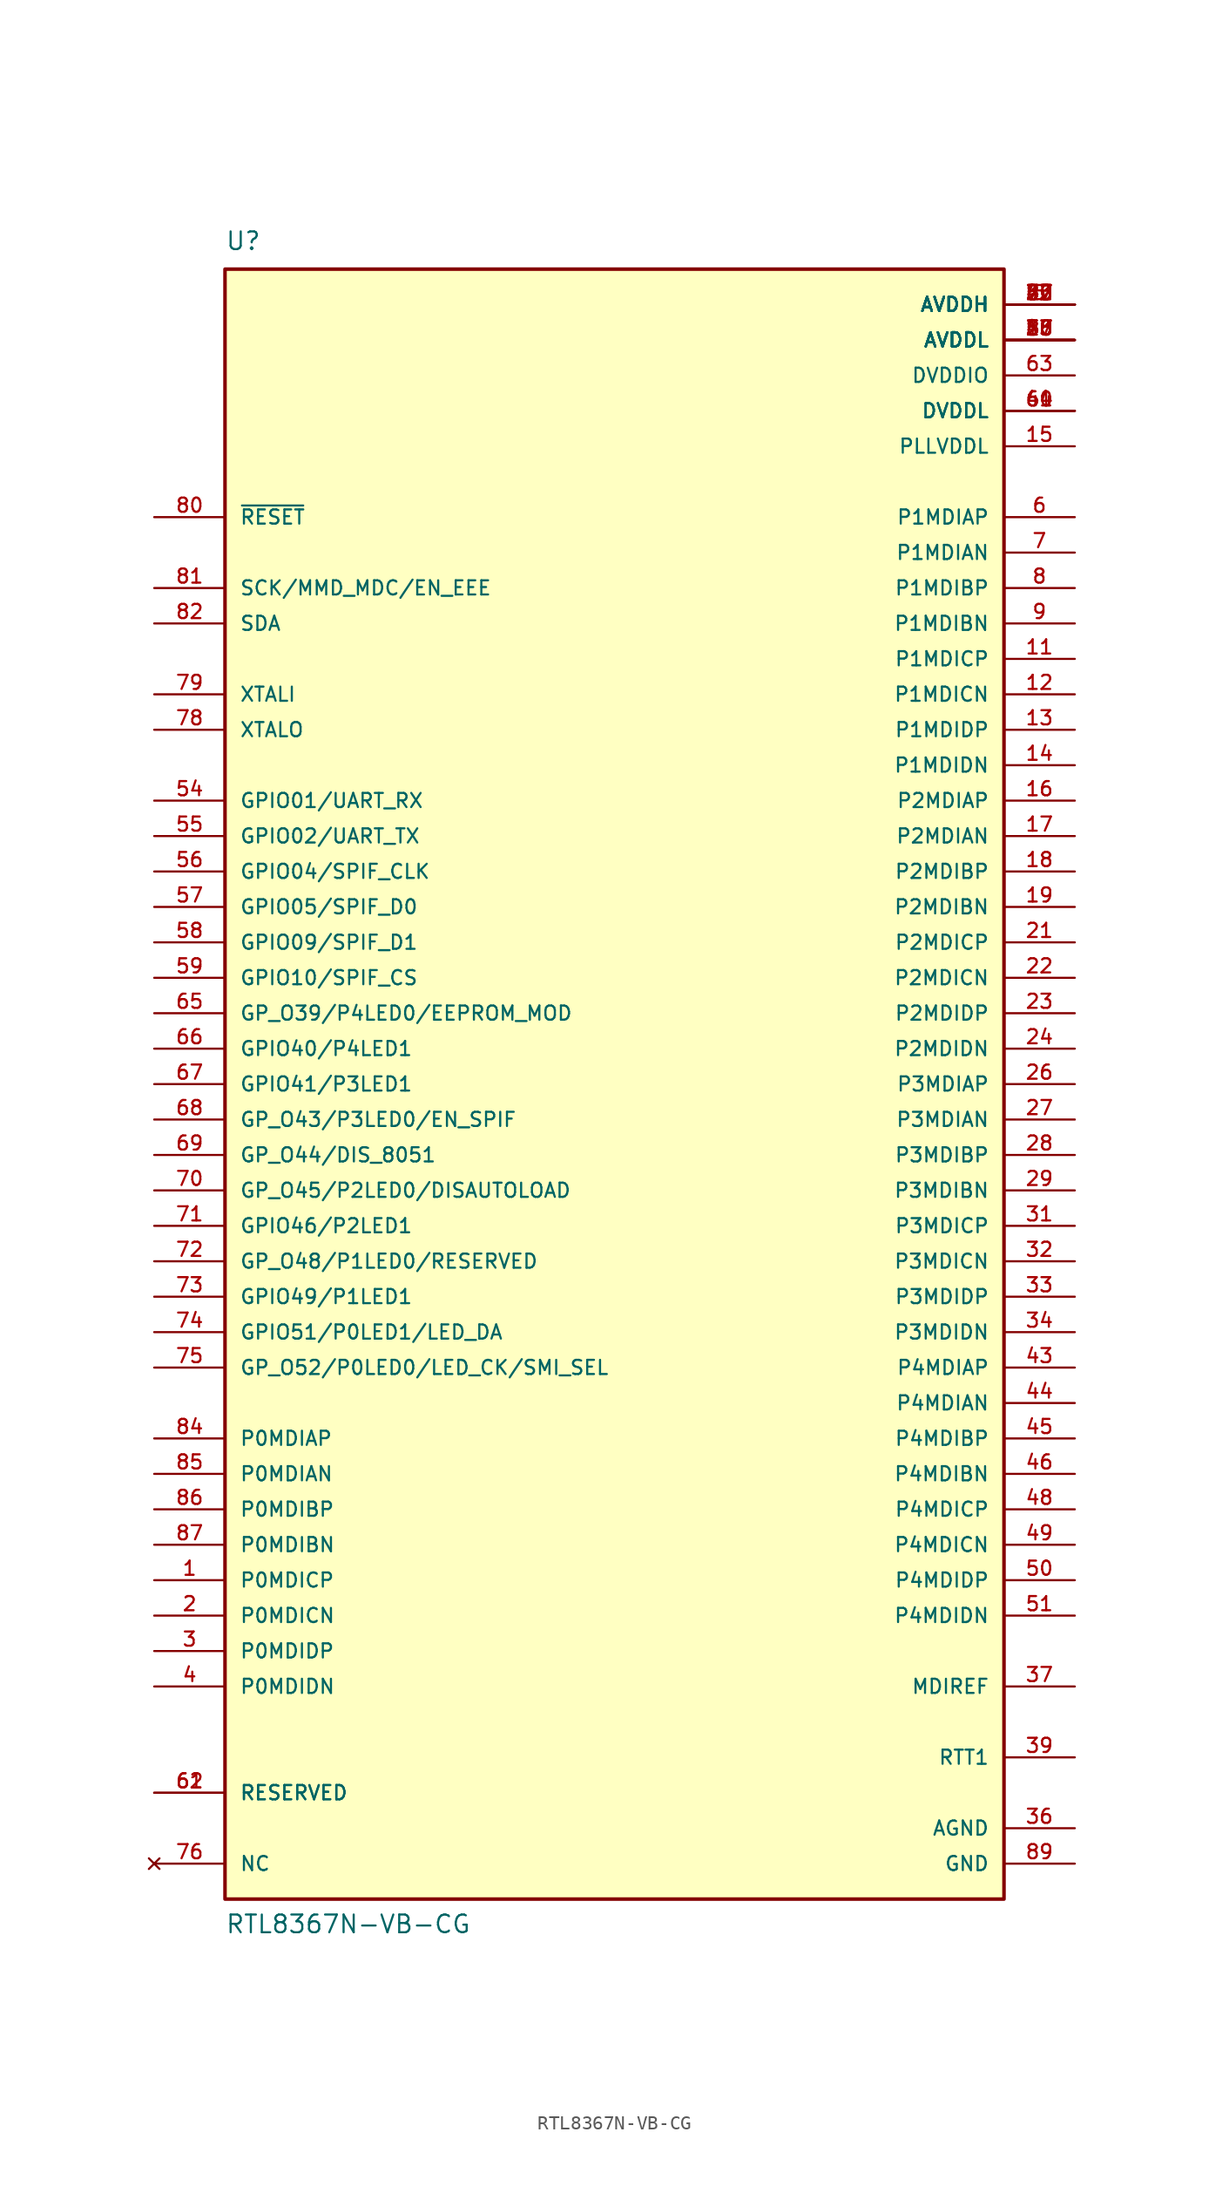
<source format=kicad_sym>
(kicad_symbol_lib
  (version 20211014)
  (generator kicad_symbol_editor)
  (symbol "RTL8367N-VB-CG"
    (pin_names
      (offset 1.016))
    (property "Reference" "U"
      (at -27.94 59.69 0)
      (effects (font (size 1.27 1.27)) (justify bottom left)))
    (property "Value" "RTL8367N-VB-CG"
      (at -27.94 -60.96 0)
      (effects (font (size 1.27 1.27)) (justify bottom left)))
    (symbol "RTL8367N-VB-CG_0_0"
      (rectangle (start -27.94 -58.42) (end 27.94 58.42) (stroke (width 0.254)) (fill (type background)))
      (pin power_in line (at 33.02 55.88 180.0) (length 5.08) (name "AVDDH" (effects (font (size 1.016 1.016)))) (number "5" (effects (font (size 1.016 1.016)))))
      (pin power_in line (at 33.02 55.88 180.0) (length 5.08) (name "AVDDH" (effects (font (size 1.016 1.016)))) (number "25" (effects (font (size 1.016 1.016)))))
      (pin power_in line (at 33.02 55.88 180.0) (length 5.08) (name "AVDDH" (effects (font (size 1.016 1.016)))) (number "35" (effects (font (size 1.016 1.016)))))
      (pin power_in line (at 33.02 55.88 180.0) (length 5.08) (name "AVDDH" (effects (font (size 1.016 1.016)))) (number "40" (effects (font (size 1.016 1.016)))))
      (pin power_in line (at 33.02 55.88 180.0) (length 5.08) (name "AVDDH" (effects (font (size 1.016 1.016)))) (number "42" (effects (font (size 1.016 1.016)))))
      (pin power_in line (at 33.02 55.88 180.0) (length 5.08) (name "AVDDH" (effects (font (size 1.016 1.016)))) (number "52" (effects (font (size 1.016 1.016)))))
      (pin power_in line (at 33.02 55.88 180.0) (length 5.08) (name "AVDDH" (effects (font (size 1.016 1.016)))) (number "77" (effects (font (size 1.016 1.016)))))
      (pin power_in line (at 33.02 55.88 180.0) (length 5.08) (name "AVDDH" (effects (font (size 1.016 1.016)))) (number "83" (effects (font (size 1.016 1.016)))))
      (pin power_in line (at 33.02 53.34 180.0) (length 5.08) (name "AVDDL" (effects (font (size 1.016 1.016)))) (number "10" (effects (font (size 1.016 1.016)))))
      (pin power_in line (at 33.02 53.34 180.0) (length 5.08) (name "AVDDL" (effects (font (size 1.016 1.016)))) (number "20" (effects (font (size 1.016 1.016)))))
      (pin power_in line (at 33.02 53.34 180.0) (length 5.08) (name "AVDDL" (effects (font (size 1.016 1.016)))) (number "30" (effects (font (size 1.016 1.016)))))
      (pin power_in line (at 33.02 53.34 180.0) (length 5.08) (name "AVDDL" (effects (font (size 1.016 1.016)))) (number "38" (effects (font (size 1.016 1.016)))))
      (pin power_in line (at 33.02 53.34 180.0) (length 5.08) (name "AVDDL" (effects (font (size 1.016 1.016)))) (number "47" (effects (font (size 1.016 1.016)))))
      (pin power_in line (at 33.02 53.34 180.0) (length 5.08) (name "AVDDL" (effects (font (size 1.016 1.016)))) (number "53" (effects (font (size 1.016 1.016)))))
      (pin power_in line (at 33.02 53.34 180.0) (length 5.08) (name "AVDDL" (effects (font (size 1.016 1.016)))) (number "88" (effects (font (size 1.016 1.016)))))
      (pin power_in line (at 33.02 50.8 180.0) (length 5.08) (name "DVDDIO" (effects (font (size 1.016 1.016)))) (number "63" (effects (font (size 1.016 1.016)))))
      (pin power_in line (at 33.02 48.26 180.0) (length 5.08) (name "DVDDL" (effects (font (size 1.016 1.016)))) (number "41" (effects (font (size 1.016 1.016)))))
      (pin power_in line (at 33.02 48.26 180.0) (length 5.08) (name "DVDDL" (effects (font (size 1.016 1.016)))) (number "60" (effects (font (size 1.016 1.016)))))
      (pin power_in line (at 33.02 48.26 180.0) (length 5.08) (name "DVDDL" (effects (font (size 1.016 1.016)))) (number "64" (effects (font (size 1.016 1.016)))))
      (pin power_in line (at 33.02 45.72 180.0) (length 5.08) (name "PLLVDDL" (effects (font (size 1.016 1.016)))) (number "15" (effects (font (size 1.016 1.016)))))
      (pin input line (at -33.02 40.64 0) (length 5.08) (name "~{RESET}" (effects (font (size 1.016 1.016)))) (number "80" (effects (font (size 1.016 1.016)))))
      (pin input line (at -33.02 -50.8 0) (length 5.08) (name "RESERVED" (effects (font (size 1.016 1.016)))) (number "61" (effects (font (size 1.016 1.016)))))
      (pin input line (at -33.02 -50.8 0) (length 5.08) (name "RESERVED" (effects (font (size 1.016 1.016)))) (number "62" (effects (font (size 1.016 1.016)))))
      (pin input line (at -33.02 27.94 0) (length 5.08) (name "XTALI" (effects (font (size 1.016 1.016)))) (number "79" (effects (font (size 1.016 1.016)))))
      (pin bidirectional line (at -33.02 20.32 0) (length 5.08) (name "GPIO01/UART_RX" (effects (font (size 1.016 1.016)))) (number "54" (effects (font (size 1.016 1.016)))))
      (pin bidirectional line (at -33.02 17.78 0) (length 5.08) (name "GPIO02/UART_TX" (effects (font (size 1.016 1.016)))) (number "55" (effects (font (size 1.016 1.016)))))
      (pin bidirectional line (at -33.02 15.24 0) (length 5.08) (name "GPIO04/SPIF_CLK" (effects (font (size 1.016 1.016)))) (number "56" (effects (font (size 1.016 1.016)))))
      (pin bidirectional line (at -33.02 12.7 0) (length 5.08) (name "GPIO05/SPIF_D0" (effects (font (size 1.016 1.016)))) (number "57" (effects (font (size 1.016 1.016)))))
      (pin bidirectional line (at -33.02 10.16 0) (length 5.08) (name "GPIO09/SPIF_D1" (effects (font (size 1.016 1.016)))) (number "58" (effects (font (size 1.016 1.016)))))
      (pin bidirectional line (at -33.02 7.62 0) (length 5.08) (name "GPIO10/SPIF_CS" (effects (font (size 1.016 1.016)))) (number "59" (effects (font (size 1.016 1.016)))))
      (pin output line (at -33.02 5.08 0) (length 5.08) (name "GP_O39/P4LED0/EEPROM_MOD" (effects (font (size 1.016 1.016)))) (number "65" (effects (font (size 1.016 1.016)))))
      (pin bidirectional line (at -33.02 2.54 0) (length 5.08) (name "GPIO40/P4LED1" (effects (font (size 1.016 1.016)))) (number "66" (effects (font (size 1.016 1.016)))))
      (pin bidirectional line (at -33.02 0.0 0) (length 5.08) (name "GPIO41/P3LED1" (effects (font (size 1.016 1.016)))) (number "67" (effects (font (size 1.016 1.016)))))
      (pin output line (at -33.02 -2.54 0) (length 5.08) (name "GP_O43/P3LED0/EN_SPIF" (effects (font (size 1.016 1.016)))) (number "68" (effects (font (size 1.016 1.016)))))
      (pin output line (at -33.02 -5.08 0) (length 5.08) (name "GP_O44/DIS_8051" (effects (font (size 1.016 1.016)))) (number "69" (effects (font (size 1.016 1.016)))))
      (pin output line (at -33.02 -7.62 0) (length 5.08) (name "GP_O45/P2LED0/DISAUTOLOAD" (effects (font (size 1.016 1.016)))) (number "70" (effects (font (size 1.016 1.016)))))
      (pin bidirectional line (at -33.02 -10.16 0) (length 5.08) (name "GPIO46/P2LED1" (effects (font (size 1.016 1.016)))) (number "71" (effects (font (size 1.016 1.016)))))
      (pin output line (at -33.02 -12.7 0) (length 5.08) (name "GP_O48/P1LED0/RESERVED" (effects (font (size 1.016 1.016)))) (number "72" (effects (font (size 1.016 1.016)))))
      (pin bidirectional line (at -33.02 -15.24 0) (length 5.08) (name "GPIO49/P1LED1" (effects (font (size 1.016 1.016)))) (number "73" (effects (font (size 1.016 1.016)))))
      (pin bidirectional line (at -33.02 -17.78 0) (length 5.08) (name "GPIO51/P0LED1/LED_DA" (effects (font (size 1.016 1.016)))) (number "74" (effects (font (size 1.016 1.016)))))
      (pin output line (at -33.02 -20.32 0) (length 5.08) (name "GP_O52/P0LED0/LED_CK/SMI_SEL" (effects (font (size 1.016 1.016)))) (number "75" (effects (font (size 1.016 1.016)))))
      (pin bidirectional line (at -33.02 -27.94 0) (length 5.08) (name "P0MDIAN" (effects (font (size 1.016 1.016)))) (number "85" (effects (font (size 1.016 1.016)))))
      (pin bidirectional line (at -33.02 -25.4 0) (length 5.08) (name "P0MDIAP" (effects (font (size 1.016 1.016)))) (number "84" (effects (font (size 1.016 1.016)))))
      (pin bidirectional line (at -33.02 -33.02 0) (length 5.08) (name "P0MDIBN" (effects (font (size 1.016 1.016)))) (number "87" (effects (font (size 1.016 1.016)))))
      (pin bidirectional line (at -33.02 -30.48 0) (length 5.08) (name "P0MDIBP" (effects (font (size 1.016 1.016)))) (number "86" (effects (font (size 1.016 1.016)))))
      (pin bidirectional line (at -33.02 -38.1 0) (length 5.08) (name "P0MDICN" (effects (font (size 1.016 1.016)))) (number "2" (effects (font (size 1.016 1.016)))))
      (pin bidirectional line (at -33.02 -35.56 0) (length 5.08) (name "P0MDICP" (effects (font (size 1.016 1.016)))) (number "1" (effects (font (size 1.016 1.016)))))
      (pin bidirectional line (at -33.02 -43.18 0) (length 5.08) (name "P0MDIDN" (effects (font (size 1.016 1.016)))) (number "4" (effects (font (size 1.016 1.016)))))
      (pin bidirectional line (at -33.02 -40.64 0) (length 5.08) (name "P0MDIDP" (effects (font (size 1.016 1.016)))) (number "3" (effects (font (size 1.016 1.016)))))
      (pin bidirectional line (at 33.02 38.1 180.0) (length 5.08) (name "P1MDIAN" (effects (font (size 1.016 1.016)))) (number "7" (effects (font (size 1.016 1.016)))))
      (pin bidirectional line (at 33.02 40.64 180.0) (length 5.08) (name "P1MDIAP" (effects (font (size 1.016 1.016)))) (number "6" (effects (font (size 1.016 1.016)))))
      (pin bidirectional line (at 33.02 33.02 180.0) (length 5.08) (name "P1MDIBN" (effects (font (size 1.016 1.016)))) (number "9" (effects (font (size 1.016 1.016)))))
      (pin bidirectional line (at 33.02 35.56 180.0) (length 5.08) (name "P1MDIBP" (effects (font (size 1.016 1.016)))) (number "8" (effects (font (size 1.016 1.016)))))
      (pin output line (at 33.02 -43.18 180.0) (length 5.08) (name "MDIREF" (effects (font (size 1.016 1.016)))) (number "37" (effects (font (size 1.016 1.016)))))
      (pin output line (at 33.02 -48.26 180.0) (length 5.08) (name "RTT1" (effects (font (size 1.016 1.016)))) (number "39" (effects (font (size 1.016 1.016)))))
      (pin output line (at -33.02 35.56 0) (length 5.08) (name "SCK/MMD_MDC/EN_EEE" (effects (font (size 1.016 1.016)))) (number "81" (effects (font (size 1.016 1.016)))))
      (pin output line (at -33.02 25.4 0) (length 5.08) (name "XTALO" (effects (font (size 1.016 1.016)))) (number "78" (effects (font (size 1.016 1.016)))))
      (pin bidirectional line (at 33.02 27.94 180.0) (length 5.08) (name "P1MDICN" (effects (font (size 1.016 1.016)))) (number "12" (effects (font (size 1.016 1.016)))))
      (pin bidirectional line (at 33.02 30.48 180.0) (length 5.08) (name "P1MDICP" (effects (font (size 1.016 1.016)))) (number "11" (effects (font (size 1.016 1.016)))))
      (pin bidirectional line (at 33.02 22.86 180.0) (length 5.08) (name "P1MDIDN" (effects (font (size 1.016 1.016)))) (number "14" (effects (font (size 1.016 1.016)))))
      (pin bidirectional line (at 33.02 25.4 180.0) (length 5.08) (name "P1MDIDP" (effects (font (size 1.016 1.016)))) (number "13" (effects (font (size 1.016 1.016)))))
      (pin bidirectional line (at 33.02 17.78 180.0) (length 5.08) (name "P2MDIAN" (effects (font (size 1.016 1.016)))) (number "17" (effects (font (size 1.016 1.016)))))
      (pin bidirectional line (at 33.02 20.32 180.0) (length 5.08) (name "P2MDIAP" (effects (font (size 1.016 1.016)))) (number "16" (effects (font (size 1.016 1.016)))))
      (pin bidirectional line (at 33.02 12.7 180.0) (length 5.08) (name "P2MDIBN" (effects (font (size 1.016 1.016)))) (number "19" (effects (font (size 1.016 1.016)))))
      (pin bidirectional line (at 33.02 15.24 180.0) (length 5.08) (name "P2MDIBP" (effects (font (size 1.016 1.016)))) (number "18" (effects (font (size 1.016 1.016)))))
      (pin bidirectional line (at 33.02 7.62 180.0) (length 5.08) (name "P2MDICN" (effects (font (size 1.016 1.016)))) (number "22" (effects (font (size 1.016 1.016)))))
      (pin bidirectional line (at 33.02 10.16 180.0) (length 5.08) (name "P2MDICP" (effects (font (size 1.016 1.016)))) (number "21" (effects (font (size 1.016 1.016)))))
      (pin bidirectional line (at 33.02 2.54 180.0) (length 5.08) (name "P2MDIDN" (effects (font (size 1.016 1.016)))) (number "24" (effects (font (size 1.016 1.016)))))
      (pin bidirectional line (at 33.02 5.08 180.0) (length 5.08) (name "P2MDIDP" (effects (font (size 1.016 1.016)))) (number "23" (effects (font (size 1.016 1.016)))))
      (pin bidirectional line (at 33.02 -2.54 180.0) (length 5.08) (name "P3MDIAN" (effects (font (size 1.016 1.016)))) (number "27" (effects (font (size 1.016 1.016)))))
      (pin bidirectional line (at 33.02 0.0 180.0) (length 5.08) (name "P3MDIAP" (effects (font (size 1.016 1.016)))) (number "26" (effects (font (size 1.016 1.016)))))
      (pin bidirectional line (at 33.02 -7.62 180.0) (length 5.08) (name "P3MDIBN" (effects (font (size 1.016 1.016)))) (number "29" (effects (font (size 1.016 1.016)))))
      (pin bidirectional line (at 33.02 -5.08 180.0) (length 5.08) (name "P3MDIBP" (effects (font (size 1.016 1.016)))) (number "28" (effects (font (size 1.016 1.016)))))
      (pin bidirectional line (at 33.02 -12.7 180.0) (length 5.08) (name "P3MDICN" (effects (font (size 1.016 1.016)))) (number "32" (effects (font (size 1.016 1.016)))))
      (pin bidirectional line (at 33.02 -10.16 180.0) (length 5.08) (name "P3MDICP" (effects (font (size 1.016 1.016)))) (number "31" (effects (font (size 1.016 1.016)))))
      (pin bidirectional line (at 33.02 -17.78 180.0) (length 5.08) (name "P3MDIDN" (effects (font (size 1.016 1.016)))) (number "34" (effects (font (size 1.016 1.016)))))
      (pin bidirectional line (at 33.02 -15.24 180.0) (length 5.08) (name "P3MDIDP" (effects (font (size 1.016 1.016)))) (number "33" (effects (font (size 1.016 1.016)))))
      (pin bidirectional line (at 33.02 -22.86 180.0) (length 5.08) (name "P4MDIAN" (effects (font (size 1.016 1.016)))) (number "44" (effects (font (size 1.016 1.016)))))
      (pin bidirectional line (at 33.02 -20.32 180.0) (length 5.08) (name "P4MDIAP" (effects (font (size 1.016 1.016)))) (number "43" (effects (font (size 1.016 1.016)))))
      (pin bidirectional line (at 33.02 -27.94 180.0) (length 5.08) (name "P4MDIBN" (effects (font (size 1.016 1.016)))) (number "46" (effects (font (size 1.016 1.016)))))
      (pin bidirectional line (at 33.02 -25.4 180.0) (length 5.08) (name "P4MDIBP" (effects (font (size 1.016 1.016)))) (number "45" (effects (font (size 1.016 1.016)))))
      (pin bidirectional line (at 33.02 -33.02 180.0) (length 5.08) (name "P4MDICN" (effects (font (size 1.016 1.016)))) (number "49" (effects (font (size 1.016 1.016)))))
      (pin bidirectional line (at 33.02 -30.48 180.0) (length 5.08) (name "P4MDICP" (effects (font (size 1.016 1.016)))) (number "48" (effects (font (size 1.016 1.016)))))
      (pin bidirectional line (at 33.02 -38.1 180.0) (length 5.08) (name "P4MDIDN" (effects (font (size 1.016 1.016)))) (number "51" (effects (font (size 1.016 1.016)))))
      (pin bidirectional line (at 33.02 -35.56 180.0) (length 5.08) (name "P4MDIDP" (effects (font (size 1.016 1.016)))) (number "50" (effects (font (size 1.016 1.016)))))
      (pin bidirectional line (at -33.02 33.02 0) (length 5.08) (name "SDA" (effects (font (size 1.016 1.016)))) (number "82" (effects (font (size 1.016 1.016)))))
      (pin no_connect line (at -33.02 -55.88 0) (length 5.08) (name "NC" (effects (font (size 1.016 1.016)))) (number "76" (effects (font (size 1.016 1.016)))))
      (pin power_in line (at 33.02 -53.34 180.0) (length 5.08) (name "AGND" (effects (font (size 1.016 1.016)))) (number "36" (effects (font (size 1.016 1.016)))))
      (pin power_in line (at 33.02 -55.88 180.0) (length 5.08) (name "GND" (effects (font (size 1.016 1.016)))) (number "89" (effects (font (size 1.016 1.016))))))))
</source>
